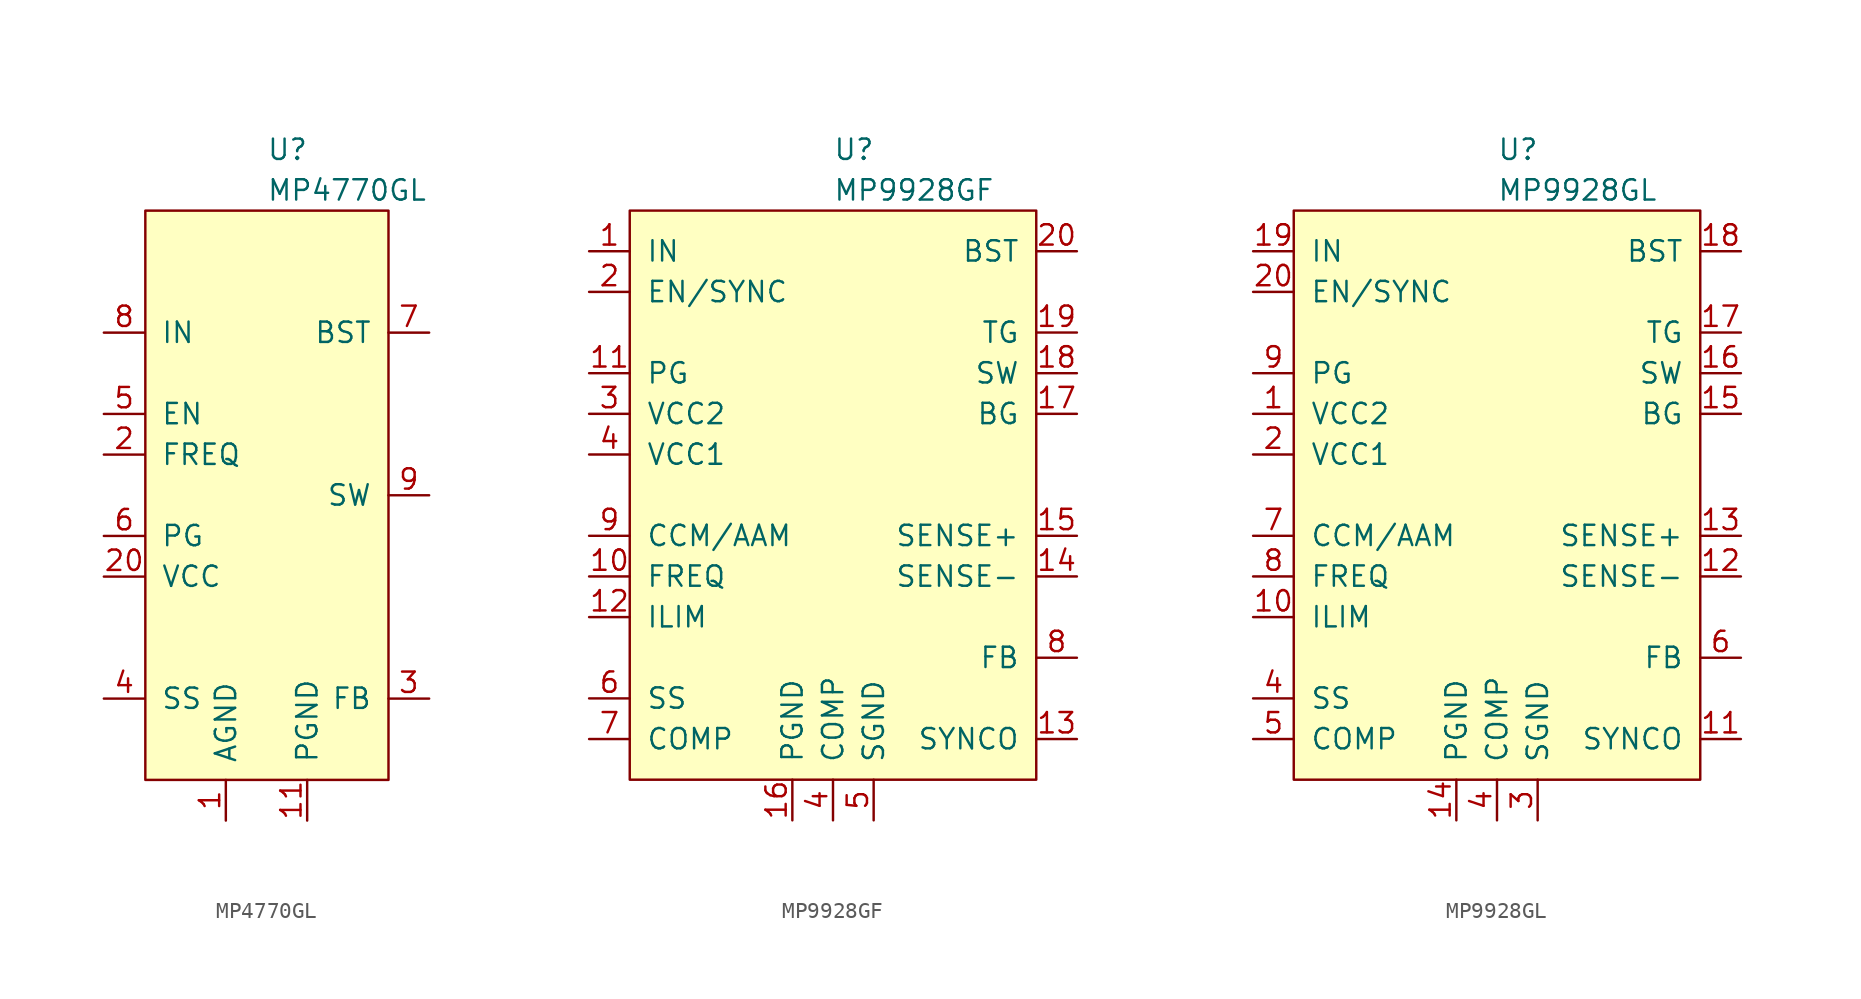
<source format=kicad_sym>
(kicad_symbol_lib
  (version 20211014)
  (generator kicad_symbol_editor)
  (symbol "MP4770GL"
    (pin_names
      (offset 1.016))
    (property "Reference" "U"
      (at 0 21.59 0)
      (effects (font (size 1.27 1.27)) (justify left)))
    (property "Value" "MP4770GL"
      (at 0 19.05 0)
      (effects (font (size 1.27 1.27)) (justify left)))
    (symbol "MP4770GL_0_1"
      (rectangle (start -7.569 17.78) (end 7.62 -17.78) (stroke (width 0) (type default) (color 0 0 0 0)) (fill (type background))))
    (symbol "MP4770GL_1_1"
      (pin power_in line (at -2.54 -20.32 90) (length 2.54) (name "AGND" (effects (font (size 1.27 1.27)))) (number "1" (effects (font (size 1.27 1.27)))))
      (pin power_out line (at 10.16 0 180) (length 2.54) hide (name "SW" (effects (font (size 1.27 1.27)))) (number "10" (effects (font (size 1.27 1.27)))))
      (pin power_in line (at 2.54 -20.32 90) (length 2.54) (name "PGND" (effects (font (size 1.27 1.27)))) (number "11" (effects (font (size 1.27 1.27)))))
      (pin power_in line (at 2.54 -20.32 90) (length 2.54) hide (name "PGND" (effects (font (size 1.27 1.27)))) (number "12" (effects (font (size 1.27 1.27)))))
      (pin power_in line (at 2.54 -20.32 90) (length 2.54) hide (name "PGND" (effects (font (size 1.27 1.27)))) (number "13" (effects (font (size 1.27 1.27)))))
      (pin power_in line (at 2.54 -20.32 90) (length 2.54) hide (name "PGND" (effects (font (size 1.27 1.27)))) (number "14" (effects (font (size 1.27 1.27)))))
      (pin power_in line (at 2.54 -20.32 90) (length 2.54) hide (name "PGND" (effects (font (size 1.27 1.27)))) (number "15" (effects (font (size 1.27 1.27)))))
      (pin power_in line (at 2.54 -20.32 90) (length 2.54) hide (name "PGND" (effects (font (size 1.27 1.27)))) (number "16" (effects (font (size 1.27 1.27)))))
      (pin power_out line (at 10.16 0 180) (length 2.54) hide (name "SW" (effects (font (size 1.27 1.27)))) (number "17" (effects (font (size 1.27 1.27)))))
      (pin power_out line (at 10.16 0 180) (length 2.54) hide (name "SW" (effects (font (size 1.27 1.27)))) (number "18" (effects (font (size 1.27 1.27)))))
      (pin power_in line (at -10.16 10.16 0) (length 2.54) hide (name "IN" (effects (font (size 1.27 1.27)))) (number "19" (effects (font (size 1.27 1.27)))))
      (pin input line (at -10.16 2.54 0) (length 2.54) (name "FREQ" (effects (font (size 1.27 1.27)))) (number "2" (effects (font (size 1.27 1.27)))))
      (pin power_out line (at -10.16 -5.08 0) (length 2.54) (name "VCC" (effects (font (size 1.27 1.27)))) (number "20" (effects (font (size 1.27 1.27)))))
      (pin power_in line (at -10.16 10.16 0) (length 2.54) hide (name "IN" (effects (font (size 1.27 1.27)))) (number "21" (effects (font (size 1.27 1.27)))))
      (pin power_in line (at -10.16 10.16 0) (length 2.54) hide (name "IN" (effects (font (size 1.27 1.27)))) (number "22" (effects (font (size 1.27 1.27)))))
      (pin power_in line (at -10.16 10.16 0) (length 2.54) hide (name "IN" (effects (font (size 1.27 1.27)))) (number "23" (effects (font (size 1.27 1.27)))))
      (pin power_out line (at 10.16 0 180) (length 2.54) hide (name "SW" (effects (font (size 1.27 1.27)))) (number "24" (effects (font (size 1.27 1.27)))))
      (pin power_out line (at 10.16 0 180) (length 2.54) hide (name "SW" (effects (font (size 1.27 1.27)))) (number "25" (effects (font (size 1.27 1.27)))))
      (pin input line (at 10.16 -12.7 180) (length 2.54) (name "FB" (effects (font (size 1.27 1.27)))) (number "3" (effects (font (size 1.27 1.27)))))
      (pin input line (at -10.16 -12.7 0) (length 2.54) (name "SS" (effects (font (size 1.27 1.27)))) (number "4" (effects (font (size 1.27 1.27)))))
      (pin input line (at -10.16 5.08 0) (length 2.54) (name "EN" (effects (font (size 1.27 1.27)))) (number "5" (effects (font (size 1.27 1.27)))))
      (pin output line (at -10.16 -2.54 0) (length 2.54) (name "PG" (effects (font (size 1.27 1.27)))) (number "6" (effects (font (size 1.27 1.27)))))
      (pin input line (at 10.16 10.16 180) (length 2.54) (name "BST" (effects (font (size 1.27 1.27)))) (number "7" (effects (font (size 1.27 1.27)))))
      (pin power_in line (at -10.16 10.16 0) (length 2.54) (name "IN" (effects (font (size 1.27 1.27)))) (number "8" (effects (font (size 1.27 1.27)))))
      (pin power_out line (at 10.16 0 180) (length 2.54) (name "SW" (effects (font (size 1.27 1.27)))) (number "9" (effects (font (size 1.27 1.27)))))))
  (symbol "MP9928GF"
    (pin_names
      (offset 1.016))
    (property "Reference" "U"
      (at 0 21.59 0)
      (effects (font (size 1.27 1.27)) (justify left)))
    (property "Value" "MP9928GF"
      (at 0 19.05 0)
      (effects (font (size 1.27 1.27)) (justify left)))
    (symbol "MP9928GF_0_1"
      (rectangle (start -12.7 17.78) (end 12.7 -17.78) (stroke (width 0) (type default) (color 0 0 0 0)) (fill (type background))))
    (symbol "MP9928GF_1_1"
      (pin power_in line (at -15.24 15.24 0) (length 2.54) (name "IN" (effects (font (size 1.27 1.27)))) (number "1" (effects (font (size 1.27 1.27)))))
      (pin input line (at -15.24 -5.08 0) (length 2.54) (name "FREQ" (effects (font (size 1.27 1.27)))) (number "10" (effects (font (size 1.27 1.27)))))
      (pin output line (at -15.24 7.62 0) (length 2.54) (name "PG" (effects (font (size 1.27 1.27)))) (number "11" (effects (font (size 1.27 1.27)))))
      (pin input line (at -15.24 -7.62 0) (length 2.54) (name "ILIM" (effects (font (size 1.27 1.27)))) (number "12" (effects (font (size 1.27 1.27)))))
      (pin output line (at 15.24 -15.24 180) (length 2.54) (name "SYNCO" (effects (font (size 1.27 1.27)))) (number "13" (effects (font (size 1.27 1.27)))))
      (pin input line (at 15.24 -5.08 180) (length 2.54) (name "SENSE-" (effects (font (size 1.27 1.27)))) (number "14" (effects (font (size 1.27 1.27)))))
      (pin input line (at 15.24 -2.54 180) (length 2.54) (name "SENSE+" (effects (font (size 1.27 1.27)))) (number "15" (effects (font (size 1.27 1.27)))))
      (pin power_in line (at -2.54 -20.32 90) (length 2.54) (name "PGND" (effects (font (size 1.27 1.27)))) (number "16" (effects (font (size 1.27 1.27)))))
      (pin output line (at 15.24 5.08 180) (length 2.54) (name "BG" (effects (font (size 1.27 1.27)))) (number "17" (effects (font (size 1.27 1.27)))))
      (pin output line (at 15.24 7.62 180) (length 2.54) (name "SW" (effects (font (size 1.27 1.27)))) (number "18" (effects (font (size 1.27 1.27)))))
      (pin output line (at 15.24 10.16 180) (length 2.54) (name "TG" (effects (font (size 1.27 1.27)))) (number "19" (effects (font (size 1.27 1.27)))))
      (pin input line (at -15.24 12.7 0) (length 2.54) (name "EN/SYNC" (effects (font (size 1.27 1.27)))) (number "2" (effects (font (size 1.27 1.27)))))
      (pin input line (at 15.24 15.24 180) (length 2.54) (name "BST" (effects (font (size 1.27 1.27)))) (number "20" (effects (font (size 1.27 1.27)))))
      (pin power_out line (at -15.24 5.08 0) (length 2.54) (name "VCC2" (effects (font (size 1.27 1.27)))) (number "3" (effects (font (size 1.27 1.27)))))
      (pin power_in line (at 0 -20.32 90) (length 2.54) (name "COMP" (effects (font (size 1.27 1.27)))) (number "4" (effects (font (size 1.27 1.27)))))
      (pin power_out line (at -15.24 2.54 0) (length 2.54) (name "VCC1" (effects (font (size 1.27 1.27)))) (number "4" (effects (font (size 1.27 1.27)))))
      (pin power_in line (at 2.54 -20.32 90) (length 2.54) (name "SGND" (effects (font (size 1.27 1.27)))) (number "5" (effects (font (size 1.27 1.27)))))
      (pin input line (at -15.24 -12.7 0) (length 2.54) (name "SS" (effects (font (size 1.27 1.27)))) (number "6" (effects (font (size 1.27 1.27)))))
      (pin input line (at -15.24 -15.24 0) (length 2.54) (name "COMP" (effects (font (size 1.27 1.27)))) (number "7" (effects (font (size 1.27 1.27)))))
      (pin input line (at 15.24 -10.16 180) (length 2.54) (name "FB" (effects (font (size 1.27 1.27)))) (number "8" (effects (font (size 1.27 1.27)))))
      (pin input line (at -15.24 -2.54 0) (length 2.54) (name "CCM/AAM" (effects (font (size 1.27 1.27)))) (number "9" (effects (font (size 1.27 1.27)))))))
  (symbol "MP9928GL"
    (pin_names
      (offset 1.016))
    (property "Reference" "U"
      (at 0 21.59 0)
      (effects (font (size 1.27 1.27)) (justify left)))
    (property "Value" "MP9928GL"
      (at 0 19.05 0)
      (effects (font (size 1.27 1.27)) (justify left)))
    (symbol "MP9928GL_0_1"
      (rectangle (start -12.7 17.78) (end 12.7 -17.78) (stroke (width 0) (type default) (color 0 0 0 0)) (fill (type background))))
    (symbol "MP9928GL_1_1"
      (pin power_out line (at -15.24 5.08 0) (length 2.54) (name "VCC2" (effects (font (size 1.27 1.27)))) (number "1" (effects (font (size 1.27 1.27)))))
      (pin input line (at -15.24 -7.62 0) (length 2.54) (name "ILIM" (effects (font (size 1.27 1.27)))) (number "10" (effects (font (size 1.27 1.27)))))
      (pin output line (at 15.24 -15.24 180) (length 2.54) (name "SYNCO" (effects (font (size 1.27 1.27)))) (number "11" (effects (font (size 1.27 1.27)))))
      (pin input line (at 15.24 -5.08 180) (length 2.54) (name "SENSE-" (effects (font (size 1.27 1.27)))) (number "12" (effects (font (size 1.27 1.27)))))
      (pin input line (at 15.24 -2.54 180) (length 2.54) (name "SENSE+" (effects (font (size 1.27 1.27)))) (number "13" (effects (font (size 1.27 1.27)))))
      (pin power_in line (at -2.54 -20.32 90) (length 2.54) (name "PGND" (effects (font (size 1.27 1.27)))) (number "14" (effects (font (size 1.27 1.27)))))
      (pin output line (at 15.24 5.08 180) (length 2.54) (name "BG" (effects (font (size 1.27 1.27)))) (number "15" (effects (font (size 1.27 1.27)))))
      (pin output line (at 15.24 7.62 180) (length 2.54) (name "SW" (effects (font (size 1.27 1.27)))) (number "16" (effects (font (size 1.27 1.27)))))
      (pin output line (at 15.24 10.16 180) (length 2.54) (name "TG" (effects (font (size 1.27 1.27)))) (number "17" (effects (font (size 1.27 1.27)))))
      (pin input line (at 15.24 15.24 180) (length 2.54) (name "BST" (effects (font (size 1.27 1.27)))) (number "18" (effects (font (size 1.27 1.27)))))
      (pin power_in line (at -15.24 15.24 0) (length 2.54) (name "IN" (effects (font (size 1.27 1.27)))) (number "19" (effects (font (size 1.27 1.27)))))
      (pin power_out line (at -15.24 2.54 0) (length 2.54) (name "VCC1" (effects (font (size 1.27 1.27)))) (number "2" (effects (font (size 1.27 1.27)))))
      (pin input line (at -15.24 12.7 0) (length 2.54) (name "EN/SYNC" (effects (font (size 1.27 1.27)))) (number "20" (effects (font (size 1.27 1.27)))))
      (pin power_in line (at 2.54 -20.32 90) (length 2.54) (name "SGND" (effects (font (size 1.27 1.27)))) (number "3" (effects (font (size 1.27 1.27)))))
      (pin power_in line (at 0 -20.32 90) (length 2.54) (name "COMP" (effects (font (size 1.27 1.27)))) (number "4" (effects (font (size 1.27 1.27)))))
      (pin input line (at -15.24 -12.7 0) (length 2.54) (name "SS" (effects (font (size 1.27 1.27)))) (number "4" (effects (font (size 1.27 1.27)))))
      (pin input line (at -15.24 -15.24 0) (length 2.54) (name "COMP" (effects (font (size 1.27 1.27)))) (number "5" (effects (font (size 1.27 1.27)))))
      (pin input line (at 15.24 -10.16 180) (length 2.54) (name "FB" (effects (font (size 1.27 1.27)))) (number "6" (effects (font (size 1.27 1.27)))))
      (pin input line (at -15.24 -2.54 0) (length 2.54) (name "CCM/AAM" (effects (font (size 1.27 1.27)))) (number "7" (effects (font (size 1.27 1.27)))))
      (pin input line (at -15.24 -5.08 0) (length 2.54) (name "FREQ" (effects (font (size 1.27 1.27)))) (number "8" (effects (font (size 1.27 1.27)))))
      (pin output line (at -15.24 7.62 0) (length 2.54) (name "PG" (effects (font (size 1.27 1.27)))) (number "9" (effects (font (size 1.27 1.27))))))))
</source>
